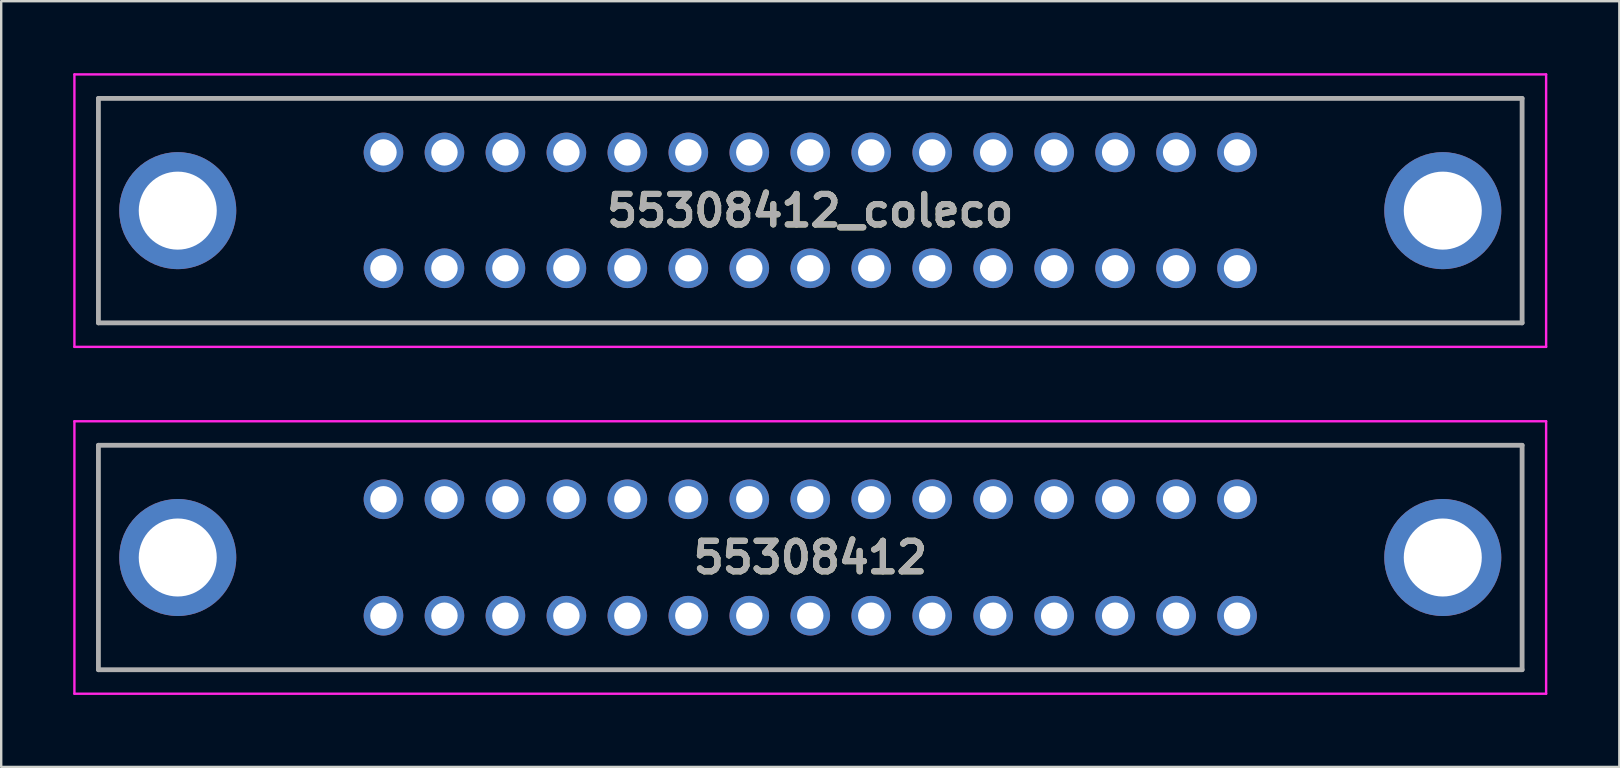
<source format=kicad_pcb>
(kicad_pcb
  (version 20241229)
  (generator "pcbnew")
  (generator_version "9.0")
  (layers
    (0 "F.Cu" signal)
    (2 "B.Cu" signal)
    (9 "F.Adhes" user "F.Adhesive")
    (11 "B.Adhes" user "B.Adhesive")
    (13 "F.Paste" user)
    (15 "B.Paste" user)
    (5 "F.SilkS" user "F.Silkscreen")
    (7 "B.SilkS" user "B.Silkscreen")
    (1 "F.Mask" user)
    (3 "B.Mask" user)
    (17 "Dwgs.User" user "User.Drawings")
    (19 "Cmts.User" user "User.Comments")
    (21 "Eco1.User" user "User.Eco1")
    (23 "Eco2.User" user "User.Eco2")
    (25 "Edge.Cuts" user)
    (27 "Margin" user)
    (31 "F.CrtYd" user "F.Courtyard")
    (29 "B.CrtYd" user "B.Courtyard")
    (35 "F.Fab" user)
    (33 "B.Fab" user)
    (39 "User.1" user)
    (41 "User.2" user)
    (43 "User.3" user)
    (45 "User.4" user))
  (footprint "55308412_coleco"
    (layer "F.Cu")
    (at 48.485 3.3)
    (property "Reference" "55308412_coleco" (at -17.78 2.425 0) (layer "F.SilkS") (effects (font (size 1.27 1.27) (thickness 0.254))))
    (attr through_hole)
    (fp_line (start -47.435 -2.25) (end -47.435 7.1) (stroke (width 0.1) (type solid)) (layer "F.SilkS"))
    (fp_line (start -47.435 7.1) (end 11.875 7.1) (stroke (width 0.1) (type solid)) (layer "F.SilkS"))
    (fp_line (start 11.875 -2.25) (end -47.435 -2.25) (stroke (width 0.1) (type solid)) (layer "F.SilkS"))
    (fp_line (start 11.875 7.1) (end 11.875 -2.25) (stroke (width 0.1) (type solid)) (layer "F.SilkS"))
    (fp_line (start -48.435 -3.25) (end 12.875 -3.25) (stroke (width 0.1) (type solid)) (layer "F.CrtYd"))
    (fp_line (start -48.435 8.1) (end -48.435 -3.25) (stroke (width 0.1) (type solid)) (layer "F.CrtYd"))
    (fp_line (start 12.875 -3.25) (end 12.875 8.1) (stroke (width 0.1) (type solid)) (layer "F.CrtYd"))
    (fp_line (start 12.875 8.1) (end -48.435 8.1) (stroke (width 0.1) (type solid)) (layer "F.CrtYd"))
    (fp_line (start -47.435 -2.25) (end -47.435 7.1) (stroke (width 0.2) (type solid)) (layer "F.Fab"))
    (fp_line (start -47.435 7.1) (end 11.875 7.1) (stroke (width 0.2) (type solid)) (layer "F.Fab"))
    (fp_line (start 11.875 -2.25) (end -47.435 -2.25) (stroke (width 0.2) (type solid)) (layer "F.Fab"))
    (fp_line (start 11.875 7.1) (end 11.875 -2.25) (stroke (width 0.2) (type solid)) (layer "F.Fab"))
    (fp_text user "${REFERENCE}" (at -17.78 2.425 0) (layer "F.Fab") (effects (font (size 1.27 1.27) (thickness 0.254))))
    (pad "1" thru_hole circle (at 0 4.826) (size 1.65 1.65) (drill 1.1) (layers "*.Cu" "*.Mask"))
    (pad "2" thru_hole circle (at 0 0) (size 1.65 1.65) (drill 1.1) (layers "*.Cu" "*.Mask"))
    (pad "3" thru_hole circle (at -2.54 4.826) (size 1.65 1.65) (drill 1.1) (layers "*.Cu" "*.Mask"))
    (pad "4" thru_hole circle (at -2.54 0) (size 1.65 1.65) (drill 1.1) (layers "*.Cu" "*.Mask"))
    (pad "5" thru_hole circle (at -5.08 4.826) (size 1.65 1.65) (drill 1.1) (layers "*.Cu" "*.Mask"))
    (pad "6" thru_hole circle (at -5.08 0) (size 1.65 1.65) (drill 1.1) (layers "*.Cu" "*.Mask"))
    (pad "7" thru_hole circle (at -7.62 4.826) (size 1.65 1.65) (drill 1.1) (layers "*.Cu" "*.Mask"))
    (pad "8" thru_hole circle (at -7.62 0) (size 1.65 1.65) (drill 1.1) (layers "*.Cu" "*.Mask"))
    (pad "9" thru_hole circle (at -10.16 4.826) (size 1.65 1.65) (drill 1.1) (layers "*.Cu" "*.Mask"))
    (pad "10" thru_hole circle (at -10.16 0) (size 1.65 1.65) (drill 1.1) (layers "*.Cu" "*.Mask"))
    (pad "11" thru_hole circle (at -12.7 4.826) (size 1.65 1.65) (drill 1.1) (layers "*.Cu" "*.Mask"))
    (pad "12" thru_hole circle (at -12.7 0) (size 1.65 1.65) (drill 1.1) (layers "*.Cu" "*.Mask"))
    (pad "13" thru_hole circle (at -15.24 4.826) (size 1.65 1.65) (drill 1.1) (layers "*.Cu" "*.Mask"))
    (pad "14" thru_hole circle (at -15.24 0) (size 1.65 1.65) (drill 1.1) (layers "*.Cu" "*.Mask"))
    (pad "15" thru_hole circle (at -17.78 4.826) (size 1.65 1.65) (drill 1.1) (layers "*.Cu" "*.Mask"))
    (pad "16" thru_hole circle (at -17.78 0) (size 1.65 1.65) (drill 1.1) (layers "*.Cu" "*.Mask"))
    (pad "17" thru_hole circle (at -20.32 4.826) (size 1.65 1.65) (drill 1.1) (layers "*.Cu" "*.Mask"))
    (pad "18" thru_hole circle (at -20.32 0) (size 1.65 1.65) (drill 1.1) (layers "*.Cu" "*.Mask"))
    (pad "19" thru_hole circle (at -22.86 4.826) (size 1.65 1.65) (drill 1.1) (layers "*.Cu" "*.Mask"))
    (pad "20" thru_hole circle (at -22.86 0) (size 1.65 1.65) (drill 1.1) (layers "*.Cu" "*.Mask"))
    (pad "21" thru_hole circle (at -25.4 4.826) (size 1.65 1.65) (drill 1.1) (layers "*.Cu" "*.Mask"))
    (pad "22" thru_hole circle (at -25.4 0) (size 1.65 1.65) (drill 1.1) (layers "*.Cu" "*.Mask"))
    (pad "23" thru_hole circle (at -27.94 4.826) (size 1.65 1.65) (drill 1.1) (layers "*.Cu" "*.Mask"))
    (pad "24" thru_hole circle (at -27.94 0) (size 1.65 1.65) (drill 1.1) (layers "*.Cu" "*.Mask"))
    (pad "25" thru_hole circle (at -30.48 4.826) (size 1.65 1.65) (drill 1.1) (layers "*.Cu" "*.Mask"))
    (pad "26" thru_hole circle (at -30.48 0) (size 1.65 1.65) (drill 1.1) (layers "*.Cu" "*.Mask"))
    (pad "27" thru_hole circle (at -33.02 4.826) (size 1.65 1.65) (drill 1.1) (layers "*.Cu" "*.Mask"))
    (pad "28" thru_hole circle (at -33.02 0) (size 1.65 1.65) (drill 1.1) (layers "*.Cu" "*.Mask"))
    (pad "29" thru_hole circle (at -35.56 4.826) (size 1.65 1.65) (drill 1.1) (layers "*.Cu" "*.Mask"))
    (pad "30" thru_hole circle (at -35.56 0) (size 1.65 1.65) (drill 1.1) (layers "*.Cu" "*.Mask"))
    (pad "MH1" thru_hole circle (at 8.57 2.425) (size 4.875 4.875) (drill 3.25) (layers "*.Cu" "*.Mask"))
    (pad "MH2" thru_hole circle (at -44.13 2.425) (size 4.875 4.875) (drill 3.25) (layers "*.Cu" "*.Mask")))
  (footprint "55308412"
    (layer "F.Cu")
    (at 48.485 17.75)
    (property "Reference" "55308412" (at -17.78 2.425 0) (layer "F.SilkS") (effects (font (size 1.27 1.27) (thickness 0.254))))
    (attr through_hole)
    (fp_line (start -47.435 -2.25) (end -47.435 7.1) (stroke (width 0.1) (type solid)) (layer "F.SilkS"))
    (fp_line (start -47.435 7.1) (end 11.875 7.1) (stroke (width 0.1) (type solid)) (layer "F.SilkS"))
    (fp_line (start 11.875 -2.25) (end -47.435 -2.25) (stroke (width 0.1) (type solid)) (layer "F.SilkS"))
    (fp_line (start 11.875 7.1) (end 11.875 -2.25) (stroke (width 0.1) (type solid)) (layer "F.SilkS"))
    (fp_line (start -48.435 -3.25) (end 12.875 -3.25) (stroke (width 0.1) (type solid)) (layer "F.CrtYd"))
    (fp_line (start -48.435 8.1) (end -48.435 -3.25) (stroke (width 0.1) (type solid)) (layer "F.CrtYd"))
    (fp_line (start 12.875 -3.25) (end 12.875 8.1) (stroke (width 0.1) (type solid)) (layer "F.CrtYd"))
    (fp_line (start 12.875 8.1) (end -48.435 8.1) (stroke (width 0.1) (type solid)) (layer "F.CrtYd"))
    (fp_line (start -47.435 -2.25) (end -47.435 7.1) (stroke (width 0.2) (type solid)) (layer "F.Fab"))
    (fp_line (start -47.435 7.1) (end 11.875 7.1) (stroke (width 0.2) (type solid)) (layer "F.Fab"))
    (fp_line (start 11.875 -2.25) (end -47.435 -2.25) (stroke (width 0.2) (type solid)) (layer "F.Fab"))
    (fp_line (start 11.875 7.1) (end 11.875 -2.25) (stroke (width 0.2) (type solid)) (layer "F.Fab"))
    (fp_text user "${REFERENCE}" (at -17.78 2.425 0) (layer "F.Fab") (effects (font (size 1.27 1.27) (thickness 0.254))))
    (pad "1" thru_hole circle (at 0 0) (size 1.65 1.65) (drill 1.1) (layers "*.Cu" "*.Mask"))
    (pad "2" thru_hole circle (at 0 4.85) (size 1.65 1.65) (drill 1.1) (layers "*.Cu" "*.Mask"))
    (pad "3" thru_hole circle (at -2.54 0) (size 1.65 1.65) (drill 1.1) (layers "*.Cu" "*.Mask"))
    (pad "4" thru_hole circle (at -2.54 4.85) (size 1.65 1.65) (drill 1.1) (layers "*.Cu" "*.Mask"))
    (pad "5" thru_hole circle (at -5.08 0) (size 1.65 1.65) (drill 1.1) (layers "*.Cu" "*.Mask"))
    (pad "6" thru_hole circle (at -5.08 4.85) (size 1.65 1.65) (drill 1.1) (layers "*.Cu" "*.Mask"))
    (pad "7" thru_hole circle (at -7.62 0) (size 1.65 1.65) (drill 1.1) (layers "*.Cu" "*.Mask"))
    (pad "8" thru_hole circle (at -7.62 4.85) (size 1.65 1.65) (drill 1.1) (layers "*.Cu" "*.Mask"))
    (pad "9" thru_hole circle (at -10.16 0) (size 1.65 1.65) (drill 1.1) (layers "*.Cu" "*.Mask"))
    (pad "10" thru_hole circle (at -10.16 4.85) (size 1.65 1.65) (drill 1.1) (layers "*.Cu" "*.Mask"))
    (pad "11" thru_hole circle (at -12.7 0) (size 1.65 1.65) (drill 1.1) (layers "*.Cu" "*.Mask"))
    (pad "12" thru_hole circle (at -12.7 4.85) (size 1.65 1.65) (drill 1.1) (layers "*.Cu" "*.Mask"))
    (pad "13" thru_hole circle (at -15.24 0) (size 1.65 1.65) (drill 1.1) (layers "*.Cu" "*.Mask"))
    (pad "14" thru_hole circle (at -15.24 4.85) (size 1.65 1.65) (drill 1.1) (layers "*.Cu" "*.Mask"))
    (pad "15" thru_hole circle (at -17.78 0) (size 1.65 1.65) (drill 1.1) (layers "*.Cu" "*.Mask"))
    (pad "16" thru_hole circle (at -17.78 4.85) (size 1.65 1.65) (drill 1.1) (layers "*.Cu" "*.Mask"))
    (pad "17" thru_hole circle (at -20.32 0) (size 1.65 1.65) (drill 1.1) (layers "*.Cu" "*.Mask"))
    (pad "18" thru_hole circle (at -20.32 4.85) (size 1.65 1.65) (drill 1.1) (layers "*.Cu" "*.Mask"))
    (pad "19" thru_hole circle (at -22.86 0) (size 1.65 1.65) (drill 1.1) (layers "*.Cu" "*.Mask"))
    (pad "20" thru_hole circle (at -22.86 4.85) (size 1.65 1.65) (drill 1.1) (layers "*.Cu" "*.Mask"))
    (pad "21" thru_hole circle (at -25.4 0) (size 1.65 1.65) (drill 1.1) (layers "*.Cu" "*.Mask"))
    (pad "22" thru_hole circle (at -25.4 4.85) (size 1.65 1.65) (drill 1.1) (layers "*.Cu" "*.Mask"))
    (pad "23" thru_hole circle (at -27.94 0) (size 1.65 1.65) (drill 1.1) (layers "*.Cu" "*.Mask"))
    (pad "24" thru_hole circle (at -27.94 4.85) (size 1.65 1.65) (drill 1.1) (layers "*.Cu" "*.Mask"))
    (pad "25" thru_hole circle (at -30.48 0) (size 1.65 1.65) (drill 1.1) (layers "*.Cu" "*.Mask"))
    (pad "26" thru_hole circle (at -30.48 4.85) (size 1.65 1.65) (drill 1.1) (layers "*.Cu" "*.Mask"))
    (pad "27" thru_hole circle (at -33.02 0) (size 1.65 1.65) (drill 1.1) (layers "*.Cu" "*.Mask"))
    (pad "28" thru_hole circle (at -33.02 4.85) (size 1.65 1.65) (drill 1.1) (layers "*.Cu" "*.Mask"))
    (pad "29" thru_hole circle (at -35.56 0) (size 1.65 1.65) (drill 1.1) (layers "*.Cu" "*.Mask"))
    (pad "30" thru_hole circle (at -35.56 4.85) (size 1.65 1.65) (drill 1.1) (layers "*.Cu" "*.Mask"))
    (pad "MH1" thru_hole circle (at 8.57 2.425) (size 4.875 4.875) (drill 3.25) (layers "*.Cu" "*.Mask"))
    (pad "MH2" thru_hole circle (at -44.13 2.425) (size 4.875 4.875) (drill 3.25) (layers "*.Cu" "*.Mask")))
  (gr_rect
    (start -3 -3)
    (end 64.41 28.9)
    (stroke (width 0.1) (type default))
    (fill no)
    (layer "Edge.Cuts")))
</source>
